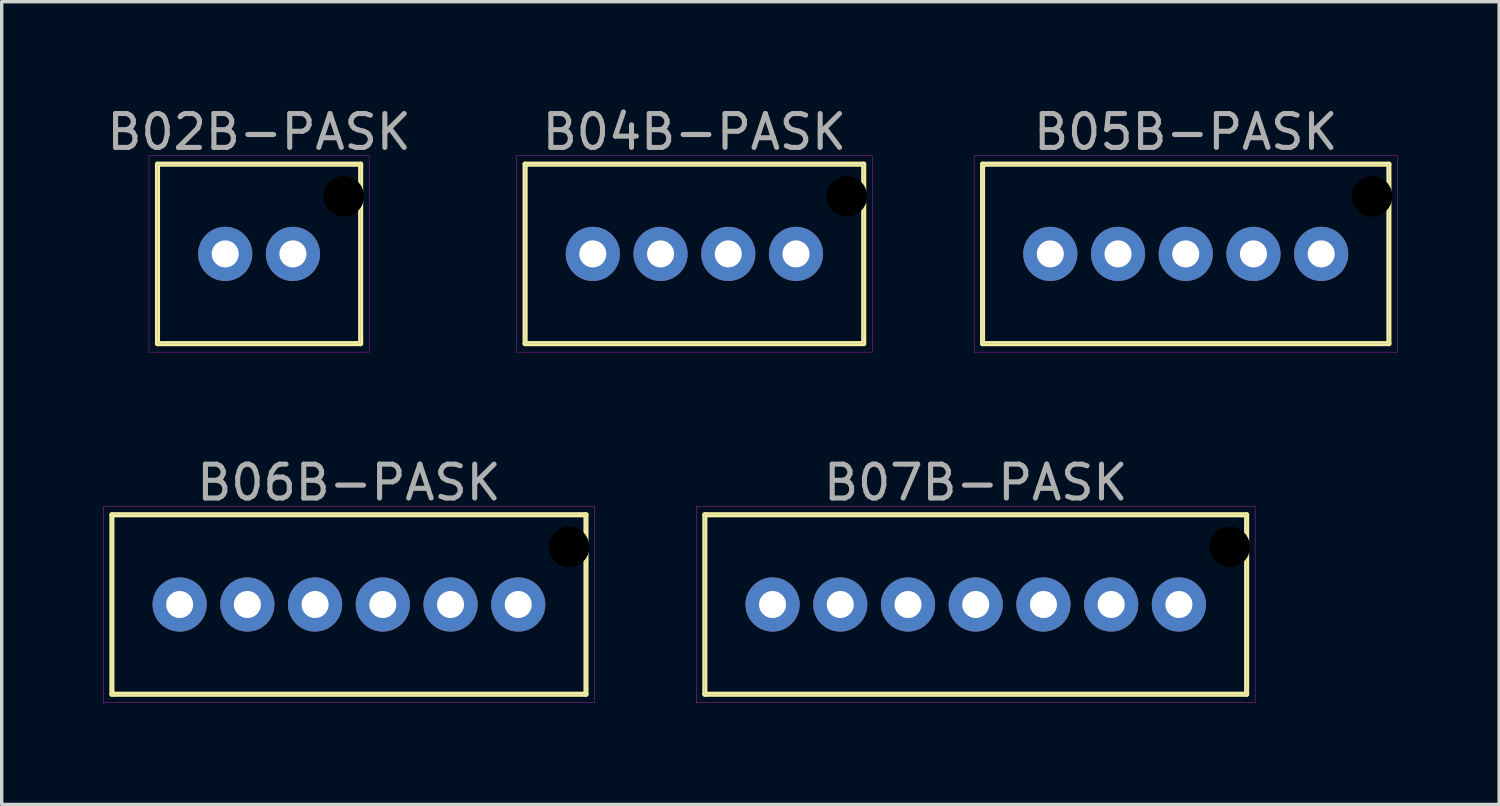
<source format=kicad_pcb>
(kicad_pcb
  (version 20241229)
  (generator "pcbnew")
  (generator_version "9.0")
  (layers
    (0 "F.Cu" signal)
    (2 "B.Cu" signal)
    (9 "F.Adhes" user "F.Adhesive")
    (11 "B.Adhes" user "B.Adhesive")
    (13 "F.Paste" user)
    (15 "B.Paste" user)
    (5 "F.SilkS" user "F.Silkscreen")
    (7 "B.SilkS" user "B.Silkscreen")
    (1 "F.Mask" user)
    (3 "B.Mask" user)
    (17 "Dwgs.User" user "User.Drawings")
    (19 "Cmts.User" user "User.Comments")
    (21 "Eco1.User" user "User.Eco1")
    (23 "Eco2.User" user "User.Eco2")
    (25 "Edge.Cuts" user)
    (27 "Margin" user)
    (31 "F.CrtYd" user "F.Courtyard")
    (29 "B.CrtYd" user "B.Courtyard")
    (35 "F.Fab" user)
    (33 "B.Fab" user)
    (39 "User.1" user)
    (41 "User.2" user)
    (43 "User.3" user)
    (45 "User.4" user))
  (footprint "B05B-PASK"
    (layer "F.Cu")
    (at 31.967 4.448)
    (property "Reference" "B05B-PASK" (at 0 -3.6 0) (layer "F.Fab") (effects (font (size 1 1) (thickness 0.15))))
    (attr through_hole)
    (fp_line (start -6 -2.65) (end 6 -2.65) (stroke (width 0.15) (type solid)) (layer "F.SilkS"))
    (fp_line (start -6 2.65) (end -6 -2.65) (stroke (width 0.15) (type solid)) (layer "F.SilkS"))
    (fp_line (start 6 -2.65) (end 6 2.65) (stroke (width 0.15) (type solid)) (layer "F.SilkS"))
    (fp_line (start 6 2.65) (end -6 2.65) (stroke (width 0.15) (type solid)) (layer "F.SilkS"))
    (fp_line (start -6.25 -2.9) (end 6.25 -2.9) (stroke (width 0.01) (type solid)) (layer "F.CrtYd"))
    (fp_line (start -6.25 2.9) (end -6.25 -2.9) (stroke (width 0.01) (type solid)) (layer "F.CrtYd"))
    (fp_line (start 6.25 -2.9) (end 6.25 2.9) (stroke (width 0.01) (type solid)) (layer "F.CrtYd"))
    (fp_line (start 6.25 2.9) (end -6.25 2.9) (stroke (width 0.01) (type solid)) (layer "F.CrtYd"))
    (fp_line (start -6 -2.65) (end 6 -2.65) (stroke (width 0.01) (type solid)) (layer "F.Fab"))
    (fp_line (start -6 2.65) (end -6 -2.65) (stroke (width 0.01) (type solid)) (layer "F.Fab"))
    (fp_line (start -4.25 -0.25) (end -3.75 -0.25) (stroke (width 0.01) (type solid)) (layer "F.Fab"))
    (fp_line (start -4.25 0.25) (end -4.25 -0.25) (stroke (width 0.01) (type solid)) (layer "F.Fab"))
    (fp_line (start -3.75 -0.25) (end -3.75 0.25) (stroke (width 0.01) (type solid)) (layer "F.Fab"))
    (fp_line (start -3.75 0.25) (end -4.25 0.25) (stroke (width 0.01) (type solid)) (layer "F.Fab"))
    (fp_line (start -2.25 -0.25) (end -1.75 -0.25) (stroke (width 0.01) (type solid)) (layer "F.Fab"))
    (fp_line (start -2.25 0.25) (end -2.25 -0.25) (stroke (width 0.01) (type solid)) (layer "F.Fab"))
    (fp_line (start -1.75 -0.25) (end -1.75 0.25) (stroke (width 0.01) (type solid)) (layer "F.Fab"))
    (fp_line (start -1.75 0.25) (end -2.25 0.25) (stroke (width 0.01) (type solid)) (layer "F.Fab"))
    (fp_line (start -0.25 -0.25) (end 0.25 -0.25) (stroke (width 0.01) (type solid)) (layer "F.Fab"))
    (fp_line (start -0.25 0.25) (end -0.25 -0.25) (stroke (width 0.01) (type solid)) (layer "F.Fab"))
    (fp_line (start 0.25 -0.25) (end 0.25 0.25) (stroke (width 0.01) (type solid)) (layer "F.Fab"))
    (fp_line (start 0.25 0.25) (end -0.25 0.25) (stroke (width 0.01) (type solid)) (layer "F.Fab"))
    (fp_line (start 1.75 -0.25) (end 2.25 -0.25) (stroke (width 0.01) (type solid)) (layer "F.Fab"))
    (fp_line (start 1.75 0.25) (end 1.75 -0.25) (stroke (width 0.01) (type solid)) (layer "F.Fab"))
    (fp_line (start 2.25 -0.25) (end 2.25 0.25) (stroke (width 0.01) (type solid)) (layer "F.Fab"))
    (fp_line (start 2.25 0.25) (end 1.75 0.25) (stroke (width 0.01) (type solid)) (layer "F.Fab"))
    (fp_line (start 3.75 -0.25) (end 4.25 -0.25) (stroke (width 0.01) (type solid)) (layer "F.Fab"))
    (fp_line (start 3.75 0.25) (end 3.75 -0.25) (stroke (width 0.01) (type solid)) (layer "F.Fab"))
    (fp_line (start 4.25 -0.25) (end 4.25 0.25) (stroke (width 0.01) (type solid)) (layer "F.Fab"))
    (fp_line (start 4.25 0.25) (end 3.75 0.25) (stroke (width 0.01) (type solid)) (layer "F.Fab"))
    (fp_line (start 5.1 -2.1) (end 5.9 -2.1) (stroke (width 0.01) (type solid)) (layer "F.Fab"))
    (fp_line (start 5.1 -1.3) (end 5.1 -2.1) (stroke (width 0.01) (type solid)) (layer "F.Fab"))
    (fp_line (start 5.9 -2.1) (end 5.9 -1.3) (stroke (width 0.01) (type solid)) (layer "F.Fab"))
    (fp_line (start 5.9 -1.3) (end 5.1 -1.3) (stroke (width 0.01) (type solid)) (layer "F.Fab"))
    (fp_line (start 6 -2.65) (end 6 2.65) (stroke (width 0.01) (type solid)) (layer "F.Fab"))
    (fp_line (start 6 2.65) (end -6 2.65) (stroke (width 0.01) (type solid)) (layer "F.Fab"))
    (pad "" np_thru_hole circle (at 5.5 -1.7) (size 1.2 1.2) (drill 1.2) (layers "*.Mask"))
    (pad "1" thru_hole circle (at 4 0) (size 1.6 1.6) (drill 0.8) (layers "*.Cu" "*.Mask"))
    (pad "2" thru_hole circle (at 2 0) (size 1.6 1.6) (drill 0.8) (layers "*.Cu" "*.Mask"))
    (pad "3" thru_hole circle (at 0 0) (size 1.6 1.6) (drill 0.8) (layers "*.Cu" "*.Mask"))
    (pad "4" thru_hole circle (at -2 0) (size 1.6 1.6) (drill 0.8) (layers "*.Cu" "*.Mask"))
    (pad "5" thru_hole circle (at -4 0) (size 1.6 1.6) (drill 0.8) (layers "*.Cu" "*.Mask")))
  (footprint "B02B-PASK"
    (layer "F.Cu")
    (at 4.601 4.448)
    (property "Reference" "B02B-PASK" (at 0 -3.6 0) (layer "F.Fab") (effects (font (size 1 1) (thickness 0.15))))
    (attr through_hole)
    (fp_line (start -3 -2.65) (end 3 -2.65) (stroke (width 0.15) (type solid)) (layer "F.SilkS"))
    (fp_line (start -3 2.65) (end -3 -2.65) (stroke (width 0.15) (type solid)) (layer "F.SilkS"))
    (fp_line (start 3 -2.65) (end 3 2.65) (stroke (width 0.15) (type solid)) (layer "F.SilkS"))
    (fp_line (start 3 2.65) (end -3 2.65) (stroke (width 0.15) (type solid)) (layer "F.SilkS"))
    (fp_line (start -3.25 -2.9) (end 3.25 -2.9) (stroke (width 0.01) (type solid)) (layer "F.CrtYd"))
    (fp_line (start -3.25 2.9) (end -3.25 -2.9) (stroke (width 0.01) (type solid)) (layer "F.CrtYd"))
    (fp_line (start 3.25 -2.9) (end 3.25 2.9) (stroke (width 0.01) (type solid)) (layer "F.CrtYd"))
    (fp_line (start 3.25 2.9) (end -3.25 2.9) (stroke (width 0.01) (type solid)) (layer "F.CrtYd"))
    (fp_line (start -3 -2.65) (end 3 -2.65) (stroke (width 0.01) (type solid)) (layer "F.Fab"))
    (fp_line (start -3 2.65) (end -3 -2.65) (stroke (width 0.01) (type solid)) (layer "F.Fab"))
    (fp_line (start -1.25 -0.25) (end -0.75 -0.25) (stroke (width 0.01) (type solid)) (layer "F.Fab"))
    (fp_line (start -1.25 0.25) (end -1.25 -0.25) (stroke (width 0.01) (type solid)) (layer "F.Fab"))
    (fp_line (start -0.75 -0.25) (end -0.75 0.25) (stroke (width 0.01) (type solid)) (layer "F.Fab"))
    (fp_line (start -0.75 0.25) (end -1.25 0.25) (stroke (width 0.01) (type solid)) (layer "F.Fab"))
    (fp_line (start 0.75 -0.25) (end 1.25 -0.25) (stroke (width 0.01) (type solid)) (layer "F.Fab"))
    (fp_line (start 0.75 0.25) (end 0.75 -0.25) (stroke (width 0.01) (type solid)) (layer "F.Fab"))
    (fp_line (start 1.25 -0.25) (end 1.25 0.25) (stroke (width 0.01) (type solid)) (layer "F.Fab"))
    (fp_line (start 1.25 0.25) (end 0.75 0.25) (stroke (width 0.01) (type solid)) (layer "F.Fab"))
    (fp_line (start 2.1 -2.1) (end 2.9 -2.1) (stroke (width 0.01) (type solid)) (layer "F.Fab"))
    (fp_line (start 2.1 -1.3) (end 2.1 -2.1) (stroke (width 0.01) (type solid)) (layer "F.Fab"))
    (fp_line (start 2.9 -2.1) (end 2.9 -1.3) (stroke (width 0.01) (type solid)) (layer "F.Fab"))
    (fp_line (start 2.9 -1.3) (end 2.1 -1.3) (stroke (width 0.01) (type solid)) (layer "F.Fab"))
    (fp_line (start 3 -2.65) (end 3 2.65) (stroke (width 0.01) (type solid)) (layer "F.Fab"))
    (fp_line (start 3 2.65) (end -3 2.65) (stroke (width 0.01) (type solid)) (layer "F.Fab"))
    (pad "" np_thru_hole circle (at 2.5 -1.7) (size 1.2 1.2) (drill 1.2) (layers "*.Mask"))
    (pad "1" thru_hole circle (at 1 0) (size 1.6 1.6) (drill 0.8) (layers "*.Cu" "*.Mask"))
    (pad "2" thru_hole circle (at -1 0) (size 1.6 1.6) (drill 0.8) (layers "*.Cu" "*.Mask")))
  (footprint "B07B-PASK"
    (layer "F.Cu")
    (at 25.765 14.802)
    (property "Reference" "B07B-PASK" (at 0 -3.6 0) (layer "F.Fab") (effects (font (size 1 1) (thickness 0.15))))
    (attr through_hole)
    (fp_line (start -8 -2.65) (end 8 -2.65) (stroke (width 0.15) (type solid)) (layer "F.SilkS"))
    (fp_line (start -8 2.65) (end -8 -2.65) (stroke (width 0.15) (type solid)) (layer "F.SilkS"))
    (fp_line (start 8 -2.65) (end 8 2.65) (stroke (width 0.15) (type solid)) (layer "F.SilkS"))
    (fp_line (start 8 2.65) (end -8 2.65) (stroke (width 0.15) (type solid)) (layer "F.SilkS"))
    (fp_line (start -8.25 -2.9) (end 8.25 -2.9) (stroke (width 0.01) (type solid)) (layer "F.CrtYd"))
    (fp_line (start -8.25 2.9) (end -8.25 -2.9) (stroke (width 0.01) (type solid)) (layer "F.CrtYd"))
    (fp_line (start 8.25 -2.9) (end 8.25 2.9) (stroke (width 0.01) (type solid)) (layer "F.CrtYd"))
    (fp_line (start 8.25 2.9) (end -8.25 2.9) (stroke (width 0.01) (type solid)) (layer "F.CrtYd"))
    (fp_line (start -8 -2.65) (end 8 -2.65) (stroke (width 0.01) (type solid)) (layer "F.Fab"))
    (fp_line (start -8 2.65) (end -8 -2.65) (stroke (width 0.01) (type solid)) (layer "F.Fab"))
    (fp_line (start -6.25 -0.25) (end -5.75 -0.25) (stroke (width 0.01) (type solid)) (layer "F.Fab"))
    (fp_line (start -6.25 0.25) (end -6.25 -0.25) (stroke (width 0.01) (type solid)) (layer "F.Fab"))
    (fp_line (start -5.75 -0.25) (end -5.75 0.25) (stroke (width 0.01) (type solid)) (layer "F.Fab"))
    (fp_line (start -5.75 0.25) (end -6.25 0.25) (stroke (width 0.01) (type solid)) (layer "F.Fab"))
    (fp_line (start -4.25 -0.25) (end -3.75 -0.25) (stroke (width 0.01) (type solid)) (layer "F.Fab"))
    (fp_line (start -4.25 0.25) (end -4.25 -0.25) (stroke (width 0.01) (type solid)) (layer "F.Fab"))
    (fp_line (start -3.75 -0.25) (end -3.75 0.25) (stroke (width 0.01) (type solid)) (layer "F.Fab"))
    (fp_line (start -3.75 0.25) (end -4.25 0.25) (stroke (width 0.01) (type solid)) (layer "F.Fab"))
    (fp_line (start -2.25 -0.25) (end -1.75 -0.25) (stroke (width 0.01) (type solid)) (layer "F.Fab"))
    (fp_line (start -2.25 0.25) (end -2.25 -0.25) (stroke (width 0.01) (type solid)) (layer "F.Fab"))
    (fp_line (start -1.75 -0.25) (end -1.75 0.25) (stroke (width 0.01) (type solid)) (layer "F.Fab"))
    (fp_line (start -1.75 0.25) (end -2.25 0.25) (stroke (width 0.01) (type solid)) (layer "F.Fab"))
    (fp_line (start -0.25 -0.25) (end 0.25 -0.25) (stroke (width 0.01) (type solid)) (layer "F.Fab"))
    (fp_line (start -0.25 0.25) (end -0.25 -0.25) (stroke (width 0.01) (type solid)) (layer "F.Fab"))
    (fp_line (start 0.25 -0.25) (end 0.25 0.25) (stroke (width 0.01) (type solid)) (layer "F.Fab"))
    (fp_line (start 0.25 0.25) (end -0.25 0.25) (stroke (width 0.01) (type solid)) (layer "F.Fab"))
    (fp_line (start 1.75 -0.25) (end 2.25 -0.25) (stroke (width 0.01) (type solid)) (layer "F.Fab"))
    (fp_line (start 1.75 0.25) (end 1.75 -0.25) (stroke (width 0.01) (type solid)) (layer "F.Fab"))
    (fp_line (start 2.25 -0.25) (end 2.25 0.25) (stroke (width 0.01) (type solid)) (layer "F.Fab"))
    (fp_line (start 2.25 0.25) (end 1.75 0.25) (stroke (width 0.01) (type solid)) (layer "F.Fab"))
    (fp_line (start 3.75 -0.25) (end 4.25 -0.25) (stroke (width 0.01) (type solid)) (layer "F.Fab"))
    (fp_line (start 3.75 0.25) (end 3.75 -0.25) (stroke (width 0.01) (type solid)) (layer "F.Fab"))
    (fp_line (start 4.25 -0.25) (end 4.25 0.25) (stroke (width 0.01) (type solid)) (layer "F.Fab"))
    (fp_line (start 4.25 0.25) (end 3.75 0.25) (stroke (width 0.01) (type solid)) (layer "F.Fab"))
    (fp_line (start 5.75 -0.25) (end 6.25 -0.25) (stroke (width 0.01) (type solid)) (layer "F.Fab"))
    (fp_line (start 5.75 0.25) (end 5.75 -0.25) (stroke (width 0.01) (type solid)) (layer "F.Fab"))
    (fp_line (start 6.25 -0.25) (end 6.25 0.25) (stroke (width 0.01) (type solid)) (layer "F.Fab"))
    (fp_line (start 6.25 0.25) (end 5.75 0.25) (stroke (width 0.01) (type solid)) (layer "F.Fab"))
    (fp_line (start 7.1 -2.1) (end 7.9 -2.1) (stroke (width 0.01) (type solid)) (layer "F.Fab"))
    (fp_line (start 7.1 -1.3) (end 7.1 -2.1) (stroke (width 0.01) (type solid)) (layer "F.Fab"))
    (fp_line (start 7.9 -2.1) (end 7.9 -1.3) (stroke (width 0.01) (type solid)) (layer "F.Fab"))
    (fp_line (start 7.9 -1.3) (end 7.1 -1.3) (stroke (width 0.01) (type solid)) (layer "F.Fab"))
    (fp_line (start 8 -2.65) (end 8 2.65) (stroke (width 0.01) (type solid)) (layer "F.Fab"))
    (fp_line (start 8 2.65) (end -8 2.65) (stroke (width 0.01) (type solid)) (layer "F.Fab"))
    (pad "" np_thru_hole circle (at 7.5 -1.7) (size 1.2 1.2) (drill 1.2) (layers "*.Mask"))
    (pad "1" thru_hole circle (at 6 0) (size 1.6 1.6) (drill 0.8) (layers "*.Cu" "*.Mask"))
    (pad "2" thru_hole circle (at 4 0) (size 1.6 1.6) (drill 0.8) (layers "*.Cu" "*.Mask"))
    (pad "3" thru_hole circle (at 2 0) (size 1.6 1.6) (drill 0.8) (layers "*.Cu" "*.Mask"))
    (pad "4" thru_hole circle (at 0 0) (size 1.6 1.6) (drill 0.8) (layers "*.Cu" "*.Mask"))
    (pad "5" thru_hole circle (at -2 0) (size 1.6 1.6) (drill 0.8) (layers "*.Cu" "*.Mask"))
    (pad "6" thru_hole circle (at -4 0) (size 1.6 1.6) (drill 0.8) (layers "*.Cu" "*.Mask"))
    (pad "7" thru_hole circle (at -6 0) (size 1.6 1.6) (drill 0.8) (layers "*.Cu" "*.Mask")))
  (footprint "B04B-PASK"
    (layer "F.Cu")
    (at 17.457 4.448)
    (property "Reference" "B04B-PASK" (at 0 -3.6 0) (layer "F.Fab") (effects (font (size 1 1) (thickness 0.15))))
    (attr through_hole)
    (fp_line (start -5 -2.65) (end 5 -2.65) (stroke (width 0.15) (type solid)) (layer "F.SilkS"))
    (fp_line (start -5 2.65) (end -5 -2.65) (stroke (width 0.15) (type solid)) (layer "F.SilkS"))
    (fp_line (start 5 -2.65) (end 5 2.65) (stroke (width 0.15) (type solid)) (layer "F.SilkS"))
    (fp_line (start 5 2.65) (end -5 2.65) (stroke (width 0.15) (type solid)) (layer "F.SilkS"))
    (fp_line (start -5.25 -2.9) (end 5.25 -2.9) (stroke (width 0.01) (type solid)) (layer "F.CrtYd"))
    (fp_line (start -5.25 2.9) (end -5.25 -2.9) (stroke (width 0.01) (type solid)) (layer "F.CrtYd"))
    (fp_line (start 5.25 -2.9) (end 5.25 2.9) (stroke (width 0.01) (type solid)) (layer "F.CrtYd"))
    (fp_line (start 5.25 2.9) (end -5.25 2.9) (stroke (width 0.01) (type solid)) (layer "F.CrtYd"))
    (fp_line (start -5 -2.65) (end 5 -2.65) (stroke (width 0.01) (type solid)) (layer "F.Fab"))
    (fp_line (start -5 2.65) (end -5 -2.65) (stroke (width 0.01) (type solid)) (layer "F.Fab"))
    (fp_line (start -3.25 -0.25) (end -2.75 -0.25) (stroke (width 0.01) (type solid)) (layer "F.Fab"))
    (fp_line (start -3.25 0.25) (end -3.25 -0.25) (stroke (width 0.01) (type solid)) (layer "F.Fab"))
    (fp_line (start -2.75 -0.25) (end -2.75 0.25) (stroke (width 0.01) (type solid)) (layer "F.Fab"))
    (fp_line (start -2.75 0.25) (end -3.25 0.25) (stroke (width 0.01) (type solid)) (layer "F.Fab"))
    (fp_line (start -1.25 -0.25) (end -0.75 -0.25) (stroke (width 0.01) (type solid)) (layer "F.Fab"))
    (fp_line (start -1.25 0.25) (end -1.25 -0.25) (stroke (width 0.01) (type solid)) (layer "F.Fab"))
    (fp_line (start -0.75 -0.25) (end -0.75 0.25) (stroke (width 0.01) (type solid)) (layer "F.Fab"))
    (fp_line (start -0.75 0.25) (end -1.25 0.25) (stroke (width 0.01) (type solid)) (layer "F.Fab"))
    (fp_line (start 0.75 -0.25) (end 1.25 -0.25) (stroke (width 0.01) (type solid)) (layer "F.Fab"))
    (fp_line (start 0.75 0.25) (end 0.75 -0.25) (stroke (width 0.01) (type solid)) (layer "F.Fab"))
    (fp_line (start 1.25 -0.25) (end 1.25 0.25) (stroke (width 0.01) (type solid)) (layer "F.Fab"))
    (fp_line (start 1.25 0.25) (end 0.75 0.25) (stroke (width 0.01) (type solid)) (layer "F.Fab"))
    (fp_line (start 2.75 -0.25) (end 3.25 -0.25) (stroke (width 0.01) (type solid)) (layer "F.Fab"))
    (fp_line (start 2.75 0.25) (end 2.75 -0.25) (stroke (width 0.01) (type solid)) (layer "F.Fab"))
    (fp_line (start 3.25 -0.25) (end 3.25 0.25) (stroke (width 0.01) (type solid)) (layer "F.Fab"))
    (fp_line (start 3.25 0.25) (end 2.75 0.25) (stroke (width 0.01) (type solid)) (layer "F.Fab"))
    (fp_line (start 4.1 -2.1) (end 4.9 -2.1) (stroke (width 0.01) (type solid)) (layer "F.Fab"))
    (fp_line (start 4.1 -1.3) (end 4.1 -2.1) (stroke (width 0.01) (type solid)) (layer "F.Fab"))
    (fp_line (start 4.9 -2.1) (end 4.9 -1.3) (stroke (width 0.01) (type solid)) (layer "F.Fab"))
    (fp_line (start 4.9 -1.3) (end 4.1 -1.3) (stroke (width 0.01) (type solid)) (layer "F.Fab"))
    (fp_line (start 5 -2.65) (end 5 2.65) (stroke (width 0.01) (type solid)) (layer "F.Fab"))
    (fp_line (start 5 2.65) (end -5 2.65) (stroke (width 0.01) (type solid)) (layer "F.Fab"))
    (pad "" np_thru_hole circle (at 4.5 -1.7) (size 1.2 1.2) (drill 1.2) (layers "*.Mask"))
    (pad "1" thru_hole circle (at 3 0) (size 1.6 1.6) (drill 0.8) (layers "*.Cu" "*.Mask"))
    (pad "2" thru_hole circle (at 1 0) (size 1.6 1.6) (drill 0.8) (layers "*.Cu" "*.Mask"))
    (pad "3" thru_hole circle (at -1 0) (size 1.6 1.6) (drill 0.8) (layers "*.Cu" "*.Mask"))
    (pad "4" thru_hole circle (at -3 0) (size 1.6 1.6) (drill 0.8) (layers "*.Cu" "*.Mask")))
  (footprint "B06B-PASK"
    (layer "F.Cu")
    (at 7.255 14.802)
    (property "Reference" "B06B-PASK" (at 0 -3.6 0) (layer "F.Fab") (effects (font (size 1 1) (thickness 0.15))))
    (attr through_hole)
    (fp_line (start -7 -2.65) (end 7 -2.65) (stroke (width 0.15) (type solid)) (layer "F.SilkS"))
    (fp_line (start -7 2.65) (end -7 -2.65) (stroke (width 0.15) (type solid)) (layer "F.SilkS"))
    (fp_line (start 7 -2.65) (end 7 2.65) (stroke (width 0.15) (type solid)) (layer "F.SilkS"))
    (fp_line (start 7 2.65) (end -7 2.65) (stroke (width 0.15) (type solid)) (layer "F.SilkS"))
    (fp_line (start -7.25 -2.9) (end 7.25 -2.9) (stroke (width 0.01) (type solid)) (layer "F.CrtYd"))
    (fp_line (start -7.25 2.9) (end -7.25 -2.9) (stroke (width 0.01) (type solid)) (layer "F.CrtYd"))
    (fp_line (start 7.25 -2.9) (end 7.25 2.9) (stroke (width 0.01) (type solid)) (layer "F.CrtYd"))
    (fp_line (start 7.25 2.9) (end -7.25 2.9) (stroke (width 0.01) (type solid)) (layer "F.CrtYd"))
    (fp_line (start -7 -2.65) (end 7 -2.65) (stroke (width 0.01) (type solid)) (layer "F.Fab"))
    (fp_line (start -7 2.65) (end -7 -2.65) (stroke (width 0.01) (type solid)) (layer "F.Fab"))
    (fp_line (start -5.25 -0.25) (end -4.75 -0.25) (stroke (width 0.01) (type solid)) (layer "F.Fab"))
    (fp_line (start -5.25 0.25) (end -5.25 -0.25) (stroke (width 0.01) (type solid)) (layer "F.Fab"))
    (fp_line (start -4.75 -0.25) (end -4.75 0.25) (stroke (width 0.01) (type solid)) (layer "F.Fab"))
    (fp_line (start -4.75 0.25) (end -5.25 0.25) (stroke (width 0.01) (type solid)) (layer "F.Fab"))
    (fp_line (start -3.25 -0.25) (end -2.75 -0.25) (stroke (width 0.01) (type solid)) (layer "F.Fab"))
    (fp_line (start -3.25 0.25) (end -3.25 -0.25) (stroke (width 0.01) (type solid)) (layer "F.Fab"))
    (fp_line (start -2.75 -0.25) (end -2.75 0.25) (stroke (width 0.01) (type solid)) (layer "F.Fab"))
    (fp_line (start -2.75 0.25) (end -3.25 0.25) (stroke (width 0.01) (type solid)) (layer "F.Fab"))
    (fp_line (start -1.25 -0.25) (end -0.75 -0.25) (stroke (width 0.01) (type solid)) (layer "F.Fab"))
    (fp_line (start -1.25 0.25) (end -1.25 -0.25) (stroke (width 0.01) (type solid)) (layer "F.Fab"))
    (fp_line (start -0.75 -0.25) (end -0.75 0.25) (stroke (width 0.01) (type solid)) (layer "F.Fab"))
    (fp_line (start -0.75 0.25) (end -1.25 0.25) (stroke (width 0.01) (type solid)) (layer "F.Fab"))
    (fp_line (start 0.75 -0.25) (end 1.25 -0.25) (stroke (width 0.01) (type solid)) (layer "F.Fab"))
    (fp_line (start 0.75 0.25) (end 0.75 -0.25) (stroke (width 0.01) (type solid)) (layer "F.Fab"))
    (fp_line (start 1.25 -0.25) (end 1.25 0.25) (stroke (width 0.01) (type solid)) (layer "F.Fab"))
    (fp_line (start 1.25 0.25) (end 0.75 0.25) (stroke (width 0.01) (type solid)) (layer "F.Fab"))
    (fp_line (start 2.75 -0.25) (end 3.25 -0.25) (stroke (width 0.01) (type solid)) (layer "F.Fab"))
    (fp_line (start 2.75 0.25) (end 2.75 -0.25) (stroke (width 0.01) (type solid)) (layer "F.Fab"))
    (fp_line (start 3.25 -0.25) (end 3.25 0.25) (stroke (width 0.01) (type solid)) (layer "F.Fab"))
    (fp_line (start 3.25 0.25) (end 2.75 0.25) (stroke (width 0.01) (type solid)) (layer "F.Fab"))
    (fp_line (start 4.75 -0.25) (end 5.25 -0.25) (stroke (width 0.01) (type solid)) (layer "F.Fab"))
    (fp_line (start 4.75 0.25) (end 4.75 -0.25) (stroke (width 0.01) (type solid)) (layer "F.Fab"))
    (fp_line (start 5.25 -0.25) (end 5.25 0.25) (stroke (width 0.01) (type solid)) (layer "F.Fab"))
    (fp_line (start 5.25 0.25) (end 4.75 0.25) (stroke (width 0.01) (type solid)) (layer "F.Fab"))
    (fp_line (start 6.1 -2.1) (end 6.9 -2.1) (stroke (width 0.01) (type solid)) (layer "F.Fab"))
    (fp_line (start 6.1 -1.3) (end 6.1 -2.1) (stroke (width 0.01) (type solid)) (layer "F.Fab"))
    (fp_line (start 6.9 -2.1) (end 6.9 -1.3) (stroke (width 0.01) (type solid)) (layer "F.Fab"))
    (fp_line (start 6.9 -1.3) (end 6.1 -1.3) (stroke (width 0.01) (type solid)) (layer "F.Fab"))
    (fp_line (start 7 -2.65) (end 7 2.65) (stroke (width 0.01) (type solid)) (layer "F.Fab"))
    (fp_line (start 7 2.65) (end -7 2.65) (stroke (width 0.01) (type solid)) (layer "F.Fab"))
    (pad "" np_thru_hole circle (at 6.5 -1.7) (size 1.2 1.2) (drill 1.2) (layers "*.Mask"))
    (pad "1" thru_hole circle (at 5 0) (size 1.6 1.6) (drill 0.8) (layers "*.Cu" "*.Mask"))
    (pad "2" thru_hole circle (at 3 0) (size 1.6 1.6) (drill 0.8) (layers "*.Cu" "*.Mask"))
    (pad "3" thru_hole circle (at 1 0) (size 1.6 1.6) (drill 0.8) (layers "*.Cu" "*.Mask"))
    (pad "4" thru_hole circle (at -1 0) (size 1.6 1.6) (drill 0.8) (layers "*.Cu" "*.Mask"))
    (pad "5" thru_hole circle (at -3 0) (size 1.6 1.6) (drill 0.8) (layers "*.Cu" "*.Mask"))
    (pad "6" thru_hole circle (at -5 0) (size 1.6 1.6) (drill 0.8) (layers "*.Cu" "*.Mask")))
  (gr_rect
    (start -3 -3)
    (end 41.222 20.706)
    (stroke (width 0.1) (type default))
    (fill no)
    (layer "Edge.Cuts")))
</source>
